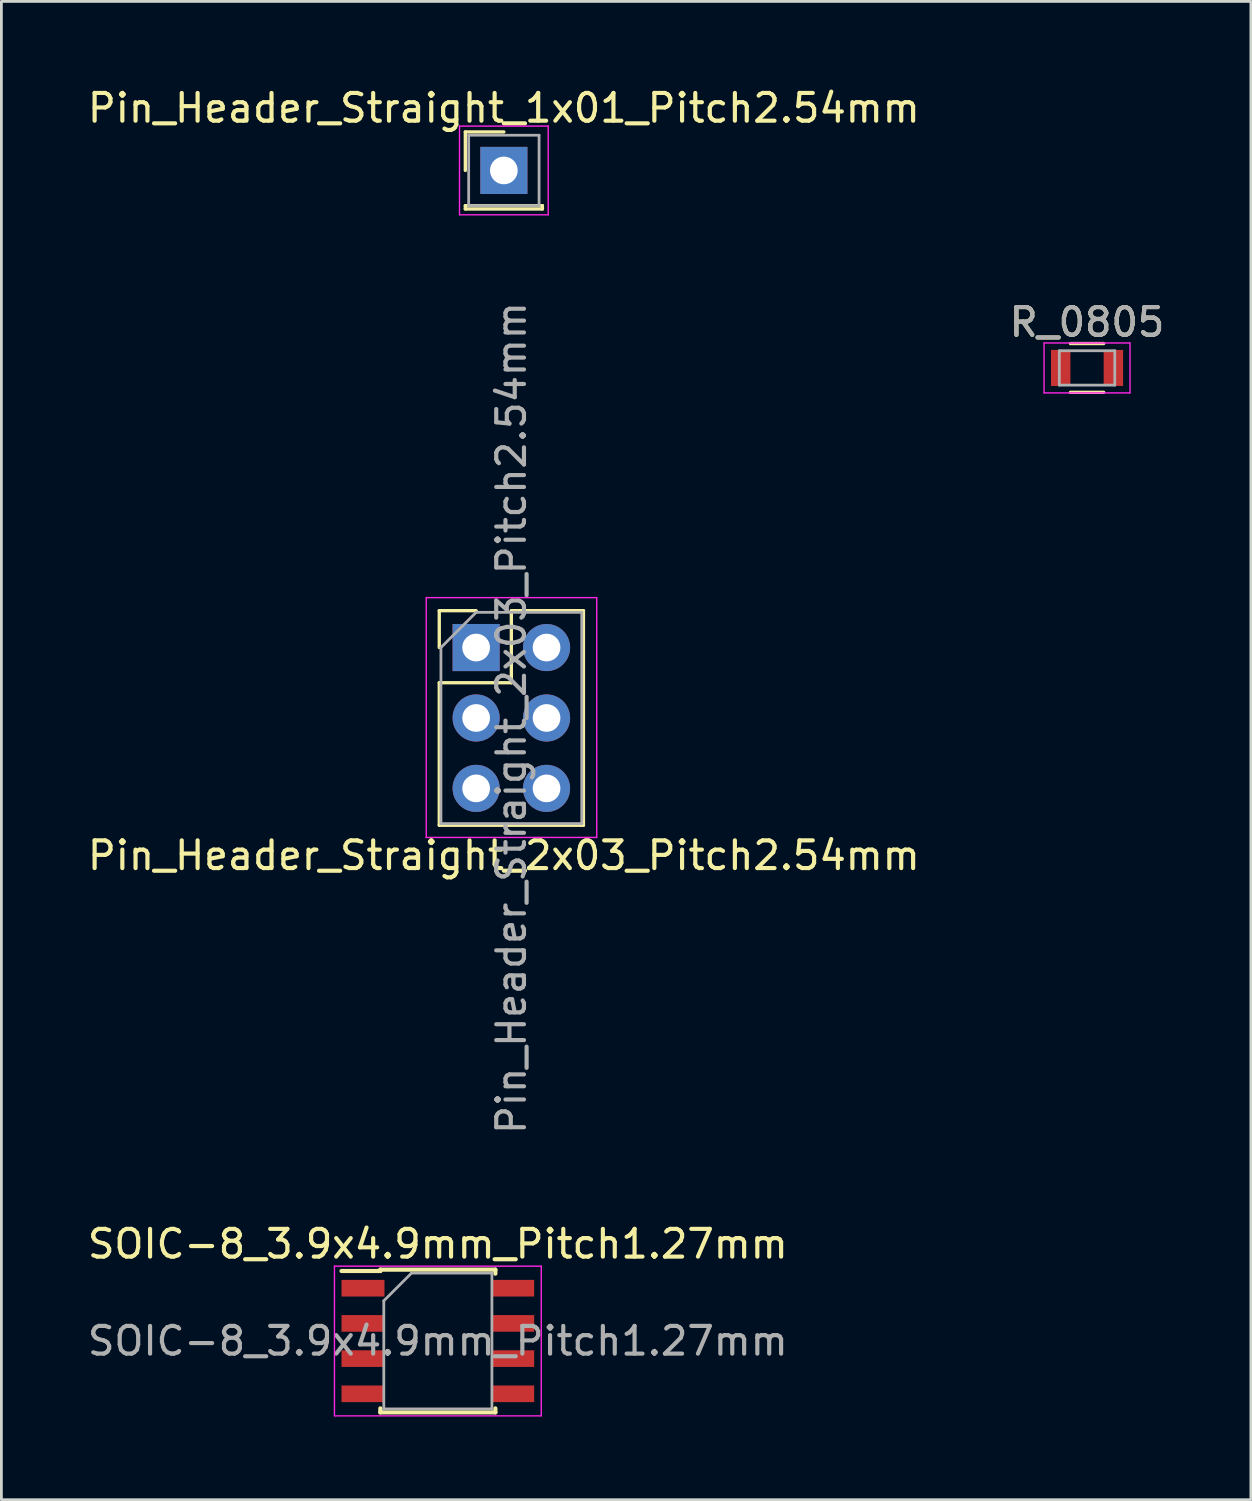
<source format=kicad_pcb>
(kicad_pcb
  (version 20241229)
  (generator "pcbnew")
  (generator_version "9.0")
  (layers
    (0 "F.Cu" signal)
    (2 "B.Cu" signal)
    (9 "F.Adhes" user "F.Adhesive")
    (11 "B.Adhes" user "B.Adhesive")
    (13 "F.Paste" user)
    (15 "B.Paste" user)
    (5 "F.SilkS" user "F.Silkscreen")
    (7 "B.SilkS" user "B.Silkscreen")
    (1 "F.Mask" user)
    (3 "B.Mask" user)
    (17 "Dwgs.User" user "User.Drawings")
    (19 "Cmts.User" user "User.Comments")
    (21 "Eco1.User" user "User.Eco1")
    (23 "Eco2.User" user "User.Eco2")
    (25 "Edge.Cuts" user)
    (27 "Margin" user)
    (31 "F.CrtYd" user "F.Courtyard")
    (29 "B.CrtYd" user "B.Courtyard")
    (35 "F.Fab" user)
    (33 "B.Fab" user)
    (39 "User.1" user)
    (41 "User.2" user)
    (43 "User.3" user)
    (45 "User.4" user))
  (footprint "SOIC-8_3.9x4.9mm_Pitch1.27mm"
    (layer "F.Cu")
    (at 12.744 45.322)
    (property "Reference" "SOIC-8_3.9x4.9mm_Pitch1.27mm" (at 0 -3.5 0) (layer "F.SilkS") (effects (font (size 1 1) (thickness 0.15))))
    (attr smd)
    (fp_line (start -2.075 -2.575) (end -2.075 -2.525) (stroke (width 0.15) (type solid)) (layer "F.SilkS"))
    (fp_line (start -2.075 -2.575) (end 2.075 -2.575) (stroke (width 0.15) (type solid)) (layer "F.SilkS"))
    (fp_line (start -2.075 -2.525) (end -3.475 -2.525) (stroke (width 0.15) (type solid)) (layer "F.SilkS"))
    (fp_line (start -2.075 2.575) (end -2.075 2.43) (stroke (width 0.15) (type solid)) (layer "F.SilkS"))
    (fp_line (start -2.075 2.575) (end 2.075 2.575) (stroke (width 0.15) (type solid)) (layer "F.SilkS"))
    (fp_line (start 2.075 -2.575) (end 2.075 -2.43) (stroke (width 0.15) (type solid)) (layer "F.SilkS"))
    (fp_line (start 2.075 2.575) (end 2.075 2.43) (stroke (width 0.15) (type solid)) (layer "F.SilkS"))
    (fp_line (start -3.73 -2.7) (end -3.73 2.7) (stroke (width 0.05) (type solid)) (layer "F.CrtYd"))
    (fp_line (start -3.73 -2.7) (end 3.73 -2.7) (stroke (width 0.05) (type solid)) (layer "F.CrtYd"))
    (fp_line (start -3.73 2.7) (end 3.73 2.7) (stroke (width 0.05) (type solid)) (layer "F.CrtYd"))
    (fp_line (start 3.73 -2.7) (end 3.73 2.7) (stroke (width 0.05) (type solid)) (layer "F.CrtYd"))
    (fp_line (start -1.95 -1.45) (end -0.95 -2.45) (stroke (width 0.1) (type solid)) (layer "F.Fab"))
    (fp_line (start -1.95 2.45) (end -1.95 -1.45) (stroke (width 0.1) (type solid)) (layer "F.Fab"))
    (fp_line (start -0.95 -2.45) (end 1.95 -2.45) (stroke (width 0.1) (type solid)) (layer "F.Fab"))
    (fp_line (start 1.95 -2.45) (end 1.95 2.45) (stroke (width 0.1) (type solid)) (layer "F.Fab"))
    (fp_line (start 1.95 2.45) (end -1.95 2.45) (stroke (width 0.1) (type solid)) (layer "F.Fab"))
    (fp_text user "${REFERENCE}" (at 0 0 0) (layer "F.Fab") (effects (font (size 1 1) (thickness 0.15))))
    (pad "1" smd rect (at -2.7 -1.905) (size 1.55 0.6) (layers "F.Cu" "F.Mask" "F.Paste"))
    (pad "2" smd rect (at -2.7 -0.635) (size 1.55 0.6) (layers "F.Cu" "F.Mask" "F.Paste"))
    (pad "3" smd rect (at -2.7 0.635) (size 1.55 0.6) (layers "F.Cu" "F.Mask" "F.Paste"))
    (pad "4" smd rect (at -2.7 1.905) (size 1.55 0.6) (layers "F.Cu" "F.Mask" "F.Paste"))
    (pad "5" smd rect (at 2.7 1.905) (size 1.55 0.6) (layers "F.Cu" "F.Mask" "F.Paste"))
    (pad "6" smd rect (at 2.7 0.635) (size 1.55 0.6) (layers "F.Cu" "F.Mask" "F.Paste"))
    (pad "7" smd rect (at 2.7 -0.635) (size 1.55 0.6) (layers "F.Cu" "F.Mask" "F.Paste"))
    (pad "8" smd rect (at 2.7 -1.905) (size 1.55 0.6) (layers "F.Cu" "F.Mask" "F.Paste")))
  (footprint "Pin_Header_Straight_1x01_Pitch2.54mm"
    (layer "F.Cu")
    (at 15.125 3.098)
    (property "Reference" "Pin_Header_Straight_1x01_Pitch2.54mm" (at 0 -2.25 0) (layer "F.SilkS") (effects (font (size 1 1) (thickness 0.15))))
    (attr through_hole)
    (fp_line (start -1.39 -1.39) (end 0 -1.39) (stroke (width 0.12) (type solid)) (layer "F.SilkS"))
    (fp_line (start -1.39 0) (end -1.39 -1.39) (stroke (width 0.12) (type solid)) (layer "F.SilkS"))
    (fp_line (start -1.39 1.27) (end -1.39 1.39) (stroke (width 0.12) (type solid)) (layer "F.SilkS"))
    (fp_line (start -1.39 1.39) (end 1.39 1.39) (stroke (width 0.12) (type solid)) (layer "F.SilkS"))
    (fp_line (start 1.39 1.27) (end -1.39 1.27) (stroke (width 0.12) (type solid)) (layer "F.SilkS"))
    (fp_line (start 1.39 1.39) (end 1.39 1.27) (stroke (width 0.12) (type solid)) (layer "F.SilkS"))
    (fp_line (start -1.6 -1.6) (end -1.6 1.6) (stroke (width 0.05) (type solid)) (layer "F.CrtYd"))
    (fp_line (start -1.6 1.6) (end 1.6 1.6) (stroke (width 0.05) (type solid)) (layer "F.CrtYd"))
    (fp_line (start 1.6 -1.6) (end -1.6 -1.6) (stroke (width 0.05) (type solid)) (layer "F.CrtYd"))
    (fp_line (start 1.6 1.6) (end 1.6 -1.6) (stroke (width 0.05) (type solid)) (layer "F.CrtYd"))
    (fp_line (start -1.27 -1.27) (end -1.27 1.27) (stroke (width 0.1) (type solid)) (layer "F.Fab"))
    (fp_line (start -1.27 1.27) (end 1.27 1.27) (stroke (width 0.1) (type solid)) (layer "F.Fab"))
    (fp_line (start 1.27 -1.27) (end -1.27 -1.27) (stroke (width 0.1) (type solid)) (layer "F.Fab"))
    (fp_line (start 1.27 1.27) (end 1.27 -1.27) (stroke (width 0.1) (type solid)) (layer "F.Fab"))
    (pad "1" thru_hole rect (at 0 0) (size 1.7 1.7) (drill 1) (layers "*.Cu" "*.Mask")))
  (footprint "R_0805"
    (layer "F.Cu")
    (at 36.161 10.222)
    (property "Reference" "R_0805" (at 0 -1.65 0) (layer "F.SilkS") (effects (font (size 1 1) (thickness 0.15))))
    (attr smd)
    (fp_line (start -0.6 -0.88) (end 0.6 -0.88) (stroke (width 0.12) (type solid)) (layer "F.SilkS"))
    (fp_line (start 0.6 0.88) (end -0.6 0.88) (stroke (width 0.12) (type solid)) (layer "F.SilkS"))
    (fp_line (start -1.55 -0.9) (end -1.55 0.9) (stroke (width 0.05) (type solid)) (layer "F.CrtYd"))
    (fp_line (start -1.55 -0.9) (end 1.55 -0.9) (stroke (width 0.05) (type solid)) (layer "F.CrtYd"))
    (fp_line (start 1.55 0.9) (end -1.55 0.9) (stroke (width 0.05) (type solid)) (layer "F.CrtYd"))
    (fp_line (start 1.55 0.9) (end 1.55 -0.9) (stroke (width 0.05) (type solid)) (layer "F.CrtYd"))
    (fp_line (start -1 -0.62) (end 1 -0.62) (stroke (width 0.1) (type solid)) (layer "F.Fab"))
    (fp_line (start -1 0.62) (end -1 -0.62) (stroke (width 0.1) (type solid)) (layer "F.Fab"))
    (fp_line (start 1 -0.62) (end 1 0.62) (stroke (width 0.1) (type solid)) (layer "F.Fab"))
    (fp_line (start 1 0.62) (end -1 0.62) (stroke (width 0.1) (type solid)) (layer "F.Fab"))
    (fp_text user "${REFERENCE}" (at 0 -1.65 0) (layer "F.Fab") (effects (font (size 1 1) (thickness 0.15))))
    (pad "1" smd rect (at -0.95 0) (size 0.7 1.3) (layers "F.Cu" "F.Mask" "F.Paste"))
    (pad "2" smd rect (at 0.95 0) (size 0.7 1.3) (layers "F.Cu" "F.Mask" "F.Paste")))
  (footprint "Pin_Header_Straight_2x03_Pitch2.54mm"
    (layer "F.Cu")
    (at 14.125 20.308)
    (property "Reference" "Pin_Header_Straight_2x03_Pitch2.54mm" (at 1 7.5 0) (layer "F.SilkS") (effects (font (size 1 1) (thickness 0.15))))
    (attr through_hole)
    (fp_line (start -1.33 -1.33) (end 0 -1.33) (stroke (width 0.12) (type solid)) (layer "F.SilkS"))
    (fp_line (start -1.33 0) (end -1.33 -1.33) (stroke (width 0.12) (type solid)) (layer "F.SilkS"))
    (fp_line (start -1.33 1.27) (end -1.33 6.41) (stroke (width 0.12) (type solid)) (layer "F.SilkS"))
    (fp_line (start -1.33 1.27) (end 1.27 1.27) (stroke (width 0.12) (type solid)) (layer "F.SilkS"))
    (fp_line (start -1.33 6.41) (end 3.87 6.41) (stroke (width 0.12) (type solid)) (layer "F.SilkS"))
    (fp_line (start 1.27 -1.33) (end 3.87 -1.33) (stroke (width 0.12) (type solid)) (layer "F.SilkS"))
    (fp_line (start 1.27 1.27) (end 1.27 -1.33) (stroke (width 0.12) (type solid)) (layer "F.SilkS"))
    (fp_line (start 3.87 -1.33) (end 3.87 6.41) (stroke (width 0.12) (type solid)) (layer "F.SilkS"))
    (fp_line (start -1.8 -1.8) (end -1.8 6.85) (stroke (width 0.05) (type solid)) (layer "F.CrtYd"))
    (fp_line (start -1.8 6.85) (end 4.35 6.85) (stroke (width 0.05) (type solid)) (layer "F.CrtYd"))
    (fp_line (start 4.35 -1.8) (end -1.8 -1.8) (stroke (width 0.05) (type solid)) (layer "F.CrtYd"))
    (fp_line (start 4.35 6.85) (end 4.35 -1.8) (stroke (width 0.05) (type solid)) (layer "F.CrtYd"))
    (fp_line (start -1.27 0) (end 0 -1.27) (stroke (width 0.1) (type solid)) (layer "F.Fab"))
    (fp_line (start -1.27 6.35) (end -1.27 0) (stroke (width 0.1) (type solid)) (layer "F.Fab"))
    (fp_line (start 0 -1.27) (end 3.81 -1.27) (stroke (width 0.1) (type solid)) (layer "F.Fab"))
    (fp_line (start 3.81 -1.27) (end 3.81 6.35) (stroke (width 0.1) (type solid)) (layer "F.Fab"))
    (fp_line (start 3.81 6.35) (end -1.27 6.35) (stroke (width 0.1) (type solid)) (layer "F.Fab"))
    (fp_text user "${REFERENCE}" (at 1.27 2.54 90) (layer "F.Fab") (effects (font (size 1 1) (thickness 0.15))))
    (pad "1" thru_hole rect (at 0 0) (size 1.7 1.7) (drill 1) (layers "*.Cu" "*.Mask"))
    (pad "2" thru_hole oval (at 2.54 0) (size 1.7 1.7) (drill 1) (layers "*.Cu" "*.Mask"))
    (pad "3" thru_hole oval (at 0 2.54) (size 1.7 1.7) (drill 1) (layers "*.Cu" "*.Mask"))
    (pad "4" thru_hole oval (at 2.54 2.54) (size 1.7 1.7) (drill 1) (layers "*.Cu" "*.Mask"))
    (pad "5" thru_hole oval (at 0 5.08) (size 1.7 1.7) (drill 1) (layers "*.Cu" "*.Mask"))
    (pad "6" thru_hole oval (at 2.54 5.08) (size 1.7 1.7) (drill 1) (layers "*.Cu" "*.Mask")))
  (gr_rect
    (start -3 -3)
    (end 42.071 51.047)
    (stroke (width 0.1) (type default))
    (fill no)
    (layer "Edge.Cuts")))
</source>
